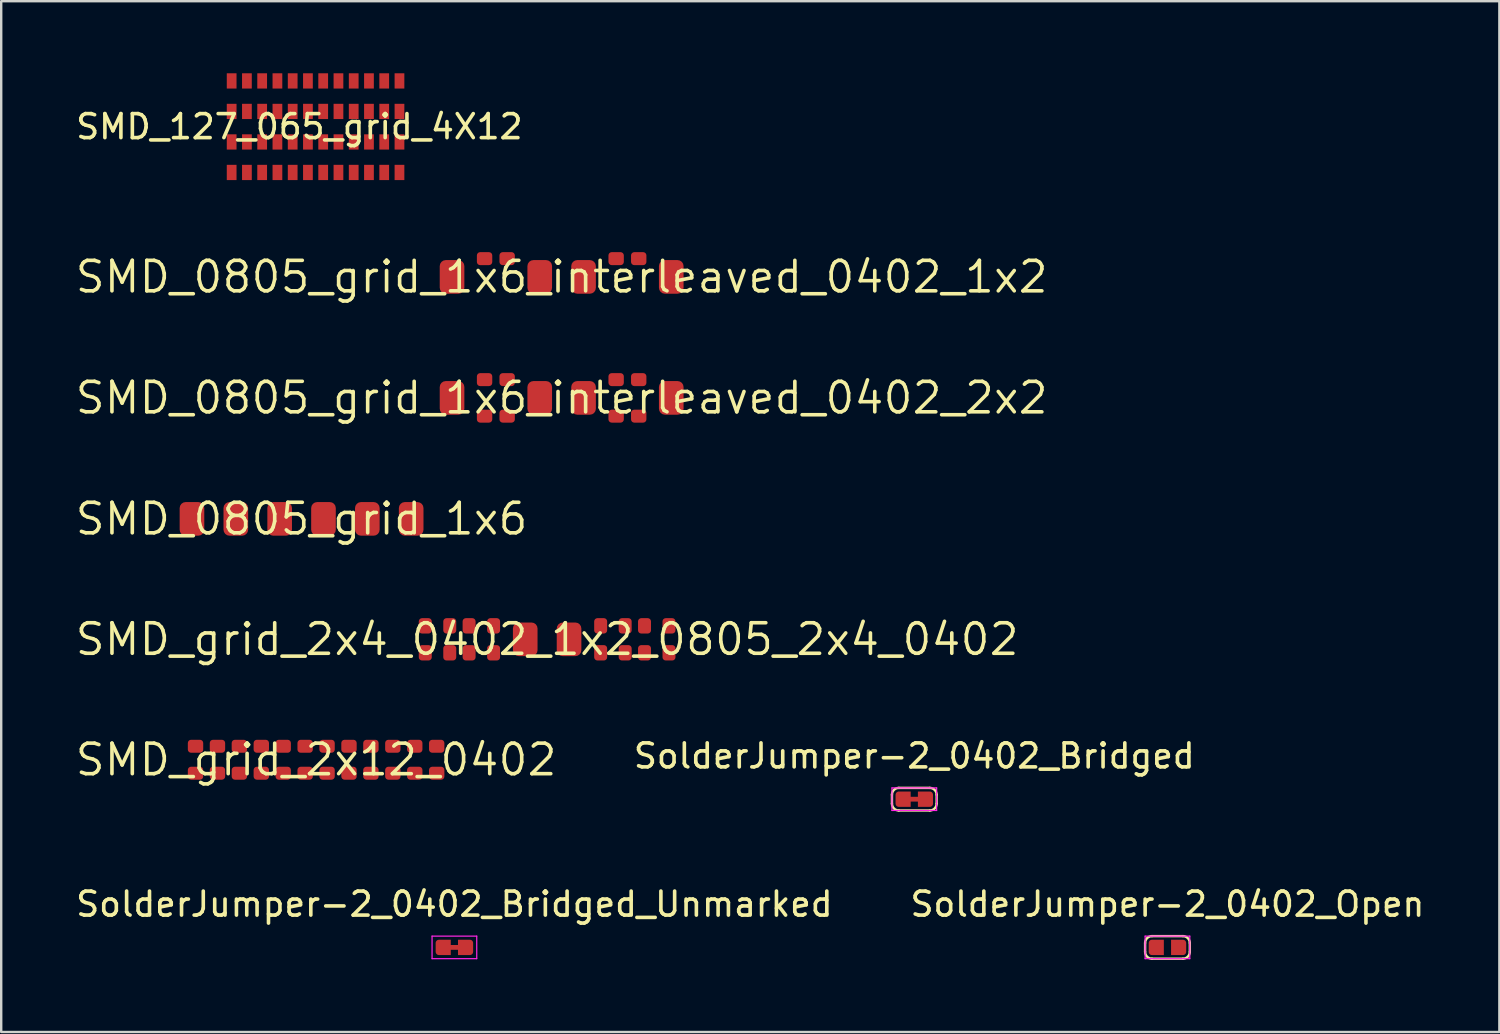
<source format=kicad_pcb>
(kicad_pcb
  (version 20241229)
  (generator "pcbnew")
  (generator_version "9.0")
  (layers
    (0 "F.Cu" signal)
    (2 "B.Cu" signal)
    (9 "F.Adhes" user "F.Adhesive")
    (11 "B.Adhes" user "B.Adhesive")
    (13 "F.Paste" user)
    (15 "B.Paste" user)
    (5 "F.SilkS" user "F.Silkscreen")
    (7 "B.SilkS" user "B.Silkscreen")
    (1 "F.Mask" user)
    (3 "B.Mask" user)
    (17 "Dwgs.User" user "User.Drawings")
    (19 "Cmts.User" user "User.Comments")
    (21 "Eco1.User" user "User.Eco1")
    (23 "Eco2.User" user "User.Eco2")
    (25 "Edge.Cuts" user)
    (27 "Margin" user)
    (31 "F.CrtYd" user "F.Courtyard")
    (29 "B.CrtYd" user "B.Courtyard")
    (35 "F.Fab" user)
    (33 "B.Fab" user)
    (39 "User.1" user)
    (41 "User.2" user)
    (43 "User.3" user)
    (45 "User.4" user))
  (footprint "SMD_grid_2x4_0402_1x2_0805_2x4_0402"
    (layer "F.Cu")
    (at 19.723 23.56)
    (property "Reference" "SMD_grid_2x4_0402_1x2_0805_2x4_0402" (at 0 0 0) (layer "F.SilkS") (effects (font (size 1.27 1.27) (thickness 0.15))))
    (attr smd)
    (pad "1" smd roundrect (at -5.072 -0.561) (size 0.54 0.64) (layers "F.Cu" "F.Mask") (roundrect_rratio 0.25))
    (pad "2" smd roundrect (at -5.072 0.561) (size 0.54 0.64) (layers "F.Cu" "F.Mask") (roundrect_rratio 0.25))
    (pad "3" smd roundrect (at -4.053 -0.561) (size 0.54 0.64) (layers "F.Cu" "F.Mask") (roundrect_rratio 0.25))
    (pad "4" smd roundrect (at -4.053 0.561) (size 0.54 0.64) (layers "F.Cu" "F.Mask") (roundrect_rratio 0.25))
    (pad "5" smd roundrect (at -3.248 -0.561) (size 0.54 0.64) (layers "F.Cu" "F.Mask") (roundrect_rratio 0.25))
    (pad "6" smd roundrect (at -3.248 0.561) (size 0.54 0.64) (layers "F.Cu" "F.Mask") (roundrect_rratio 0.25))
    (pad "7" smd roundrect (at -2.228 -0.561) (size 0.54 0.64) (layers "F.Cu" "F.Mask") (roundrect_rratio 0.25))
    (pad "8" smd roundrect (at -2.228 0.561) (size 0.54 0.64) (layers "F.Cu" "F.Mask") (roundrect_rratio 0.25))
    (pad "9" smd roundrect (at -0.912 0) (size 1.025 1.4) (layers "F.Cu" "F.Mask") (roundrect_rratio 0.244))
    (pad "10" smd roundrect (at 0.912 0) (size 1.025 1.4) (layers "F.Cu" "F.Mask") (roundrect_rratio 0.244))
    (pad "11" smd roundrect (at 2.228 0.561) (size 0.54 0.64) (layers "F.Cu" "F.Mask") (roundrect_rratio 0.25))
    (pad "12" smd roundrect (at 2.228 -0.561) (size 0.54 0.64) (layers "F.Cu" "F.Mask") (roundrect_rratio 0.25))
    (pad "13" smd roundrect (at 3.248 0.561) (size 0.54 0.64) (layers "F.Cu" "F.Mask") (roundrect_rratio 0.25))
    (pad "14" smd roundrect (at 3.248 -0.561) (size 0.54 0.64) (layers "F.Cu" "F.Mask") (roundrect_rratio 0.25))
    (pad "15" smd roundrect (at 4.053 0.561) (size 0.54 0.64) (layers "F.Cu" "F.Mask") (roundrect_rratio 0.25))
    (pad "16" smd roundrect (at 4.053 -0.561) (size 0.54 0.64) (layers "F.Cu" "F.Mask") (roundrect_rratio 0.25))
    (pad "17" smd roundrect (at 5.072 0.561) (size 0.54 0.64) (layers "F.Cu" "F.Mask") (roundrect_rratio 0.25))
    (pad "18" smd roundrect (at 5.072 -0.561) (size 0.54 0.64) (layers "F.Cu" "F.Mask") (roundrect_rratio 0.25)))
  (footprint "SMD_grid_2x12_0402"
    (layer "F.Cu")
    (at 10.107 28.572)
    (property "Reference" "SMD_grid_2x12_0402" (at 0 0 0) (layer "F.SilkS") (effects (font (size 1.27 1.27) (thickness 0.15))))
    (attr smd)
    (pad "1" smd roundrect (at -5.019 -0.561) (size 0.64 0.54) (layers "F.Cu" "F.Mask") (roundrect_rratio 0.25))
    (pad "2" smd roundrect (at -5.019 0.561) (size 0.64 0.54) (layers "F.Cu" "F.Mask") (roundrect_rratio 0.25))
    (pad "3" smd roundrect (at -4.106 -0.561) (size 0.64 0.54) (layers "F.Cu" "F.Mask") (roundrect_rratio 0.25))
    (pad "4" smd roundrect (at -4.106 0.561) (size 0.64 0.54) (layers "F.Cu" "F.Mask") (roundrect_rratio 0.25))
    (pad "5" smd roundrect (at -3.194 -0.561) (size 0.64 0.54) (layers "F.Cu" "F.Mask") (roundrect_rratio 0.25))
    (pad "6" smd roundrect (at -3.194 0.561) (size 0.64 0.54) (layers "F.Cu" "F.Mask") (roundrect_rratio 0.25))
    (pad "7" smd roundrect (at -2.281 -0.561) (size 0.64 0.54) (layers "F.Cu" "F.Mask") (roundrect_rratio 0.25))
    (pad "8" smd roundrect (at -2.281 0.561) (size 0.64 0.54) (layers "F.Cu" "F.Mask") (roundrect_rratio 0.25))
    (pad "9" smd roundrect (at -1.369 -0.561) (size 0.64 0.54) (layers "F.Cu" "F.Mask") (roundrect_rratio 0.25))
    (pad "10" smd roundrect (at -1.369 0.561) (size 0.64 0.54) (layers "F.Cu" "F.Mask") (roundrect_rratio 0.25))
    (pad "11" smd roundrect (at -0.456 -0.561) (size 0.64 0.54) (layers "F.Cu" "F.Mask") (roundrect_rratio 0.25))
    (pad "12" smd roundrect (at -0.456 0.561) (size 0.64 0.54) (layers "F.Cu" "F.Mask") (roundrect_rratio 0.25))
    (pad "13" smd roundrect (at 0.456 -0.561) (size 0.64 0.54) (layers "F.Cu" "F.Mask") (roundrect_rratio 0.25))
    (pad "14" smd roundrect (at 0.456 0.561) (size 0.64 0.54) (layers "F.Cu" "F.Mask") (roundrect_rratio 0.25))
    (pad "15" smd roundrect (at 1.369 -0.561) (size 0.64 0.54) (layers "F.Cu" "F.Mask") (roundrect_rratio 0.25))
    (pad "16" smd roundrect (at 1.369 0.561) (size 0.64 0.54) (layers "F.Cu" "F.Mask") (roundrect_rratio 0.25))
    (pad "17" smd roundrect (at 2.281 -0.561) (size 0.64 0.54) (layers "F.Cu" "F.Mask") (roundrect_rratio 0.25))
    (pad "18" smd roundrect (at 2.281 0.561) (size 0.64 0.54) (layers "F.Cu" "F.Mask") (roundrect_rratio 0.25))
    (pad "19" smd roundrect (at 3.194 -0.561) (size 0.64 0.54) (layers "F.Cu" "F.Mask") (roundrect_rratio 0.25))
    (pad "20" smd roundrect (at 3.194 0.561) (size 0.64 0.54) (layers "F.Cu" "F.Mask") (roundrect_rratio 0.25))
    (pad "21" smd roundrect (at 4.106 -0.561) (size 0.64 0.54) (layers "F.Cu" "F.Mask") (roundrect_rratio 0.25))
    (pad "22" smd roundrect (at 4.106 0.561) (size 0.64 0.54) (layers "F.Cu" "F.Mask") (roundrect_rratio 0.25))
    (pad "23" smd roundrect (at 5.019 -0.561) (size 0.64 0.54) (layers "F.Cu" "F.Mask") (roundrect_rratio 0.25))
    (pad "24" smd roundrect (at 5.019 0.561) (size 0.64 0.54) (layers "F.Cu" "F.Mask") (roundrect_rratio 0.25)))
  (footprint "SolderJumper-2_0402_Bridged_Unmarked"
    (layer "F.Cu")
    (at 15.863 36.383)
    (property "Reference" "SolderJumper-2_0402_Bridged_Unmarked" (at 0 -1.8 0) (layer "F.SilkS") (effects (font (size 1 1) (thickness 0.15))))
    (attr exclude_from_pos_files exclude_from_bom allow_soldermask_bridges)
    (fp_poly (pts (xy 0.25 -0.1) (xy -0.25 -0.1) (xy -0.25 0.1) (xy 0.25 0.1)) (stroke (width 0) (type solid)) (fill yes) (layer "F.Cu"))
    (fp_rect (start -0.15 -0.32) (end 0.15 0.32) (stroke (width 0) (type default)) (fill yes) (layer "F.Mask"))
    (fp_line (start -0.93 -0.47) (end 0.93 -0.47) (stroke (width 0.05) (type solid)) (layer "F.CrtYd"))
    (fp_line (start -0.93 0.47) (end -0.93 -0.47) (stroke (width 0.05) (type solid)) (layer "F.CrtYd"))
    (fp_line (start 0.93 -0.47) (end 0.93 0.47) (stroke (width 0.05) (type solid)) (layer "F.CrtYd"))
    (fp_line (start 0.93 0.47) (end -0.93 0.47) (stroke (width 0.05) (type solid)) (layer "F.CrtYd"))
    (pad "1" smd custom (at -0.465 0 180) (size 0.63 0.37) (layers "F.Cu" "F.Mask") (options (anchor rect)) (primitives (gr_circle (center 0.18 -0.185) (end 0.18 -0.32) (width 0) (fill yes)) (gr_circle (center 0.18 0.185) (end 0.18 0.32) (width 0) (fill yes)) (gr_poly (pts (xy 0.18 0.32) (xy -0.315 0.32) (xy -0.315 -0.32) (xy 0.18 -0.32)) (width 0) (fill yes))))
    (pad "2" smd custom (at 0.465 0) (size 0.63 0.37) (layers "F.Cu" "F.Mask") (options (anchor rect)) (primitives (gr_circle (center 0.18 -0.185) (end 0.18 -0.32) (width 0) (fill yes)) (gr_circle (center 0.18 0.185) (end 0.18 0.32) (width 0) (fill yes)) (gr_poly (pts (xy 0.18 0.32) (xy -0.315 0.32) (xy -0.315 -0.32) (xy 0.18 -0.32)) (width 0) (fill yes)))))
  (footprint "SMD_127_065_grid_4X12"
    (layer "F.Cu")
    (at 9.411 2.223)
    (property "Reference" "SMD_127_065_grid_4X12" (at 0 0 0) (layer "F.SilkS") (effects (font (size 1 1) (thickness 0.15))))
    (attr through_hole)
    (pad "1" smd rect (at -2.819 -1.905) (size 0.406 0.635) (layers "F.Cu" "F.Mask" "F.Paste"))
    (pad "2" smd rect (at -2.184 -1.905) (size 0.406 0.635) (layers "F.Cu" "F.Mask" "F.Paste"))
    (pad "3" smd rect (at -1.549 -1.905) (size 0.406 0.635) (layers "F.Cu" "F.Mask" "F.Paste"))
    (pad "4" smd rect (at -0.914 -1.905) (size 0.406 0.635) (layers "F.Cu" "F.Mask" "F.Paste"))
    (pad "5" smd rect (at -0.279 -1.905) (size 0.406 0.635) (layers "F.Cu" "F.Mask" "F.Paste"))
    (pad "6" smd rect (at 0.356 -1.905) (size 0.406 0.635) (layers "F.Cu" "F.Mask" "F.Paste"))
    (pad "7" smd rect (at 0.991 -1.905) (size 0.406 0.635) (layers "F.Cu" "F.Mask" "F.Paste"))
    (pad "8" smd rect (at 1.626 -1.905) (size 0.406 0.635) (layers "F.Cu" "F.Mask" "F.Paste"))
    (pad "9" smd rect (at 2.261 -1.905) (size 0.406 0.635) (layers "F.Cu" "F.Mask" "F.Paste"))
    (pad "10" smd rect (at 2.896 -1.905) (size 0.406 0.635) (layers "F.Cu" "F.Mask" "F.Paste"))
    (pad "11" smd rect (at 3.531 -1.905) (size 0.406 0.635) (layers "F.Cu" "F.Mask" "F.Paste"))
    (pad "12" smd rect (at 4.166 -1.905) (size 0.406 0.635) (layers "F.Cu" "F.Mask" "F.Paste"))
    (pad "13" smd rect (at -2.819 -0.635) (size 0.406 0.635) (layers "F.Cu" "F.Mask" "F.Paste"))
    (pad "14" smd rect (at -2.184 -0.635) (size 0.406 0.635) (layers "F.Cu" "F.Mask" "F.Paste"))
    (pad "15" smd rect (at -1.549 -0.635) (size 0.406 0.635) (layers "F.Cu" "F.Mask" "F.Paste"))
    (pad "16" smd rect (at -0.914 -0.635) (size 0.406 0.635) (layers "F.Cu" "F.Mask" "F.Paste"))
    (pad "17" smd rect (at -0.279 -0.635) (size 0.406 0.635) (layers "F.Cu" "F.Mask" "F.Paste"))
    (pad "18" smd rect (at 0.356 -0.635) (size 0.406 0.635) (layers "F.Cu" "F.Mask" "F.Paste"))
    (pad "19" smd rect (at 0.991 -0.635) (size 0.406 0.635) (layers "F.Cu" "F.Mask" "F.Paste"))
    (pad "20" smd rect (at 1.626 -0.635) (size 0.406 0.635) (layers "F.Cu" "F.Mask" "F.Paste"))
    (pad "21" smd rect (at 2.261 -0.635) (size 0.406 0.635) (layers "F.Cu" "F.Mask" "F.Paste"))
    (pad "22" smd rect (at 2.896 -0.635) (size 0.406 0.635) (layers "F.Cu" "F.Mask" "F.Paste"))
    (pad "23" smd rect (at 3.531 -0.635) (size 0.406 0.635) (layers "F.Cu" "F.Mask" "F.Paste"))
    (pad "24" smd rect (at 4.166 -0.635) (size 0.406 0.635) (layers "F.Cu" "F.Mask" "F.Paste"))
    (pad "25" smd rect (at -2.819 0.635) (size 0.406 0.635) (layers "F.Cu" "F.Mask" "F.Paste"))
    (pad "26" smd rect (at -2.184 0.635) (size 0.406 0.635) (layers "F.Cu" "F.Mask" "F.Paste"))
    (pad "27" smd rect (at -1.549 0.635) (size 0.406 0.635) (layers "F.Cu" "F.Mask" "F.Paste"))
    (pad "28" smd rect (at -0.914 0.635) (size 0.406 0.635) (layers "F.Cu" "F.Mask" "F.Paste"))
    (pad "29" smd rect (at -0.279 0.635) (size 0.406 0.635) (layers "F.Cu" "F.Mask" "F.Paste"))
    (pad "30" smd rect (at 0.356 0.635) (size 0.406 0.635) (layers "F.Cu" "F.Mask" "F.Paste"))
    (pad "31" smd rect (at 0.991 0.635) (size 0.406 0.635) (layers "F.Cu" "F.Mask" "F.Paste"))
    (pad "32" smd rect (at 1.626 0.635) (size 0.406 0.635) (layers "F.Cu" "F.Mask" "F.Paste"))
    (pad "33" smd rect (at 2.261 0.635) (size 0.406 0.635) (layers "F.Cu" "F.Mask" "F.Paste"))
    (pad "34" smd rect (at 2.896 0.635) (size 0.406 0.635) (layers "F.Cu" "F.Mask" "F.Paste"))
    (pad "35" smd rect (at 3.531 0.635) (size 0.406 0.635) (layers "F.Cu" "F.Mask" "F.Paste"))
    (pad "36" smd rect (at 4.166 0.635) (size 0.406 0.635) (layers "F.Cu" "F.Mask" "F.Paste"))
    (pad "37" smd rect (at -2.819 1.905) (size 0.406 0.635) (layers "F.Cu" "F.Mask" "F.Paste"))
    (pad "38" smd rect (at -2.184 1.905) (size 0.406 0.635) (layers "F.Cu" "F.Mask" "F.Paste"))
    (pad "39" smd rect (at -1.549 1.905) (size 0.406 0.635) (layers "F.Cu" "F.Mask" "F.Paste"))
    (pad "40" smd rect (at -0.914 1.905) (size 0.406 0.635) (layers "F.Cu" "F.Mask" "F.Paste"))
    (pad "41" smd rect (at -0.279 1.905) (size 0.406 0.635) (layers "F.Cu" "F.Mask" "F.Paste"))
    (pad "42" smd rect (at 0.356 1.905) (size 0.406 0.635) (layers "F.Cu" "F.Mask" "F.Paste"))
    (pad "43" smd rect (at 0.991 1.905) (size 0.406 0.635) (layers "F.Cu" "F.Mask" "F.Paste"))
    (pad "44" smd rect (at 1.626 1.905) (size 0.406 0.635) (layers "F.Cu" "F.Mask" "F.Paste"))
    (pad "45" smd rect (at 2.261 1.905) (size 0.406 0.635) (layers "F.Cu" "F.Mask" "F.Paste"))
    (pad "46" smd rect (at 2.896 1.905) (size 0.406 0.635) (layers "F.Cu" "F.Mask" "F.Paste"))
    (pad "47" smd rect (at 3.531 1.905) (size 0.406 0.635) (layers "F.Cu" "F.Mask" "F.Paste"))
    (pad "48" smd rect (at 4.166 1.905) (size 0.406 0.635) (layers "F.Cu" "F.Mask" "F.Paste")))
  (footprint "SMD_0805_grid_1x6"
    (layer "F.Cu")
    (at 9.502 18.547)
    (property "Reference" "SMD_0805_grid_1x6" (at 0 0 0) (layer "F.SilkS") (effects (font (size 1.27 1.27) (thickness 0.15))))
    (attr smd)
    (pad "1" smd roundrect (at -4.562 0) (size 1.025 1.4) (layers "F.Cu" "F.Mask" "F.Paste") (roundrect_rratio 0.244))
    (pad "2" smd roundrect (at -2.737 0) (size 1.025 1.4) (layers "F.Cu" "F.Mask" "F.Paste") (roundrect_rratio 0.244))
    (pad "3" smd roundrect (at -0.912 0) (size 1.025 1.4) (layers "F.Cu" "F.Mask" "F.Paste") (roundrect_rratio 0.244))
    (pad "4" smd roundrect (at 0.912 0) (size 1.025 1.4) (layers "F.Cu" "F.Mask" "F.Paste") (roundrect_rratio 0.244))
    (pad "5" smd roundrect (at 2.737 0) (size 1.025 1.4) (layers "F.Cu" "F.Mask" "F.Paste") (roundrect_rratio 0.244))
    (pad "6" smd roundrect (at 4.562 0) (size 1.025 1.4) (layers "F.Cu" "F.Mask" "F.Paste") (roundrect_rratio 0.244)))
  (footprint "SolderJumper-2_0402_Open"
    (layer "F.Cu")
    (at 45.542 36.383)
    (property "Reference" "SolderJumper-2_0402_Open" (at 0 -1.8 0) (layer "F.SilkS") (effects (font (size 1 1) (thickness 0.15))))
    (attr exclude_from_pos_files exclude_from_bom allow_soldermask_bridges)
    (fp_rect (start -0.15 -0.32) (end 0.15 0.32) (stroke (width 0) (type default)) (fill yes) (layer "F.Mask"))
    (fp_line (start -0.93 -0.185) (end -0.93 0.185) (stroke (width 0.1) (type default)) (layer "F.SilkS"))
    (fp_line (start -0.645 0.47) (end 0.645 0.47) (stroke (width 0.1) (type default)) (layer "F.SilkS"))
    (fp_line (start 0.645 -0.47) (end -0.645 -0.47) (stroke (width 0.1) (type default)) (layer "F.SilkS"))
    (fp_line (start 0.93 -0.185) (end 0.93 0.185) (stroke (width 0.1) (type default)) (layer "F.SilkS"))
    (fp_arc (start -0.93 -0.185) (mid -0.846525 -0.386525) (end -0.645 -0.47) (stroke (width 0.1) (type default)) (layer "F.SilkS"))
    (fp_arc (start -0.645 0.47) (mid -0.846525 0.386525) (end -0.93 0.185) (stroke (width 0.1) (type default)) (layer "F.SilkS"))
    (fp_arc (start 0.645 -0.47) (mid 0.846525 -0.386525) (end 0.93 -0.185) (stroke (width 0.1) (type default)) (layer "F.SilkS"))
    (fp_arc (start 0.93 0.185) (mid 0.846525 0.386525) (end 0.645 0.47) (stroke (width 0.1) (type default)) (layer "F.SilkS"))
    (fp_line (start -0.93 -0.47) (end 0.93 -0.47) (stroke (width 0.05) (type solid)) (layer "F.CrtYd"))
    (fp_line (start -0.93 0.47) (end -0.93 -0.47) (stroke (width 0.05) (type solid)) (layer "F.CrtYd"))
    (fp_line (start 0.93 -0.47) (end 0.93 0.47) (stroke (width 0.05) (type solid)) (layer "F.CrtYd"))
    (fp_line (start 0.93 0.47) (end -0.93 0.47) (stroke (width 0.05) (type solid)) (layer "F.CrtYd"))
    (pad "1" smd custom (at -0.465 0 180) (size 0.63 0.37) (layers "F.Cu" "F.Mask") (options (anchor rect)) (primitives (gr_circle (center 0.18 -0.185) (end 0.18 -0.32) (width 0) (fill yes)) (gr_circle (center 0.18 0.185) (end 0.18 0.32) (width 0) (fill yes)) (gr_poly (pts (xy 0.18 0.32) (xy -0.315 0.32) (xy -0.315 -0.32) (xy 0.18 -0.32)) (width 0) (fill yes))))
    (pad "2" smd custom (at 0.465 0) (size 0.63 0.37) (layers "F.Cu" "F.Mask") (options (anchor rect)) (primitives (gr_circle (center 0.18 -0.185) (end 0.18 -0.32) (width 0) (fill yes)) (gr_circle (center 0.18 0.185) (end 0.18 0.32) (width 0) (fill yes)) (gr_poly (pts (xy 0.18 0.32) (xy -0.315 0.32) (xy -0.315 -0.32) (xy 0.18 -0.32)) (width 0) (fill yes)))))
  (footprint "SolderJumper-2_0402_Bridged"
    (layer "F.Cu")
    (at 35.005 30.214)
    (property "Reference" "SolderJumper-2_0402_Bridged" (at 0 -1.8 0) (layer "F.SilkS") (effects (font (size 1 1) (thickness 0.15))))
    (attr exclude_from_pos_files exclude_from_bom allow_soldermask_bridges)
    (fp_poly (pts (xy 0.25 -0.1) (xy -0.25 -0.1) (xy -0.25 0.1) (xy 0.25 0.1)) (stroke (width 0) (type solid)) (fill yes) (layer "F.Cu"))
    (fp_rect (start -0.15 -0.32) (end 0.15 0.32) (stroke (width 0) (type default)) (fill yes) (layer "F.Mask"))
    (fp_line (start -0.93 -0.185) (end -0.93 0.185) (stroke (width 0.1) (type default)) (layer "F.SilkS"))
    (fp_line (start -0.645 0.47) (end 0.645 0.47) (stroke (width 0.1) (type default)) (layer "F.SilkS"))
    (fp_line (start 0.645 -0.47) (end -0.645 -0.47) (stroke (width 0.1) (type default)) (layer "F.SilkS"))
    (fp_line (start 0.93 -0.185) (end 0.93 0.185) (stroke (width 0.1) (type default)) (layer "F.SilkS"))
    (fp_arc (start -0.93 -0.185) (mid -0.846525 -0.386525) (end -0.645 -0.47) (stroke (width 0.1) (type default)) (layer "F.SilkS"))
    (fp_arc (start -0.645 0.47) (mid -0.846525 0.386525) (end -0.93 0.185) (stroke (width 0.1) (type default)) (layer "F.SilkS"))
    (fp_arc (start 0.645 -0.47) (mid 0.846525 -0.386525) (end 0.93 -0.185) (stroke (width 0.1) (type default)) (layer "F.SilkS"))
    (fp_arc (start 0.93 0.185) (mid 0.846525 0.386525) (end 0.645 0.47) (stroke (width 0.1) (type default)) (layer "F.SilkS"))
    (fp_line (start -0.93 -0.47) (end 0.93 -0.47) (stroke (width 0.05) (type solid)) (layer "F.CrtYd"))
    (fp_line (start -0.93 0.47) (end -0.93 -0.47) (stroke (width 0.05) (type solid)) (layer "F.CrtYd"))
    (fp_line (start 0.93 -0.47) (end 0.93 0.47) (stroke (width 0.05) (type solid)) (layer "F.CrtYd"))
    (fp_line (start 0.93 0.47) (end -0.93 0.47) (stroke (width 0.05) (type solid)) (layer "F.CrtYd"))
    (pad "1" smd custom (at -0.465 0 180) (size 0.63 0.37) (layers "F.Cu" "F.Mask") (options (anchor rect)) (primitives (gr_circle (center 0.18 -0.185) (end 0.18 -0.32) (width 0) (fill yes)) (gr_circle (center 0.18 0.185) (end 0.18 0.32) (width 0) (fill yes)) (gr_poly (pts (xy 0.18 0.32) (xy -0.315 0.32) (xy -0.315 -0.32) (xy 0.18 -0.32)) (width 0) (fill yes))))
    (pad "2" smd custom (at 0.465 0) (size 0.63 0.37) (layers "F.Cu" "F.Mask") (options (anchor rect)) (primitives (gr_circle (center 0.18 -0.185) (end 0.18 -0.32) (width 0) (fill yes)) (gr_circle (center 0.18 0.185) (end 0.18 0.32) (width 0) (fill yes)) (gr_poly (pts (xy 0.18 0.32) (xy -0.315 0.32) (xy -0.315 -0.32) (xy 0.18 -0.32)) (width 0) (fill yes)))))
  (footprint "SMD_0805_grid_1x6_interleaved_0402_2x2"
    (layer "F.Cu")
    (at 20.327 13.511)
    (property "Reference" "SMD_0805_grid_1x6_interleaved_0402_2x2" (at 0 0 0) (layer "F.SilkS") (effects (font (size 1.27 1.27) (thickness 0.15))))
    (attr smd)
    (pad "1" smd roundrect (at -4.562 0) (size 1.025 1.4) (layers "F.Cu" "F.Mask") (roundrect_rratio 0.244))
    (pad "2" smd roundrect (at -3.208 -0.76) (size 0.64 0.54) (layers "F.Cu" "F.Mask") (roundrect_rratio 0.25))
    (pad "3" smd roundrect (at -3.208 0.76) (size 0.64 0.54) (layers "F.Cu" "F.Mask") (roundrect_rratio 0.25))
    (pad "4" smd roundrect (at -2.268 -0.76) (size 0.64 0.54) (layers "F.Cu" "F.Mask") (roundrect_rratio 0.25))
    (pad "5" smd roundrect (at -2.268 0.76) (size 0.64 0.54) (layers "F.Cu" "F.Mask") (roundrect_rratio 0.25))
    (pad "6" smd roundrect (at -0.912 0) (size 1.025 1.4) (layers "F.Cu" "F.Mask") (roundrect_rratio 0.244))
    (pad "7" smd roundrect (at 0.912 0) (size 1.025 1.4) (layers "F.Cu" "F.Mask") (roundrect_rratio 0.244))
    (pad "8" smd roundrect (at 2.268 -0.76) (size 0.64 0.54) (layers "F.Cu" "F.Mask") (roundrect_rratio 0.25))
    (pad "9" smd roundrect (at 2.268 0.76) (size 0.64 0.54) (layers "F.Cu" "F.Mask") (roundrect_rratio 0.25))
    (pad "10" smd roundrect (at 3.208 -0.76) (size 0.64 0.54) (layers "F.Cu" "F.Mask") (roundrect_rratio 0.25))
    (pad "11" smd roundrect (at 3.208 0.76) (size 0.64 0.54) (layers "F.Cu" "F.Mask") (roundrect_rratio 0.25))
    (pad "12" smd roundrect (at 4.562 0) (size 1.025 1.4) (layers "F.Cu" "F.Mask") (roundrect_rratio 0.244)))
  (footprint "SMD_0805_grid_1x6_interleaved_0402_1x2"
    (layer "F.Cu")
    (at 20.327 8.475)
    (property "Reference" "SMD_0805_grid_1x6_interleaved_0402_1x2" (at 0 0 0) (layer "F.SilkS") (effects (font (size 1.27 1.27) (thickness 0.15))))
    (attr smd)
    (pad "1" smd roundrect (at -4.562 0) (size 1.025 1.4) (layers "F.Cu" "F.Mask") (roundrect_rratio 0.244))
    (pad "2" smd roundrect (at -3.208 -0.76) (size 0.64 0.54) (layers "F.Cu" "F.Mask") (roundrect_rratio 0.25))
    (pad "3" smd roundrect (at -2.268 -0.76) (size 0.64 0.54) (layers "F.Cu" "F.Mask") (roundrect_rratio 0.25))
    (pad "4" smd roundrect (at -0.912 0) (size 1.025 1.4) (layers "F.Cu" "F.Mask") (roundrect_rratio 0.244))
    (pad "5" smd roundrect (at 0.912 0) (size 1.025 1.4) (layers "F.Cu" "F.Mask") (roundrect_rratio 0.244))
    (pad "6" smd roundrect (at 2.268 -0.76) (size 0.64 0.54) (layers "F.Cu" "F.Mask") (roundrect_rratio 0.25))
    (pad "7" smd roundrect (at 3.208 -0.76) (size 0.64 0.54) (layers "F.Cu" "F.Mask") (roundrect_rratio 0.25))
    (pad "8" smd roundrect (at 4.562 0) (size 1.025 1.4) (layers "F.Cu" "F.Mask") (roundrect_rratio 0.244)))
  (gr_rect
    (start -3 -3)
    (end 59.357 39.903)
    (stroke (width 0.1) (type default))
    (fill no)
    (layer "Edge.Cuts")))
</source>
